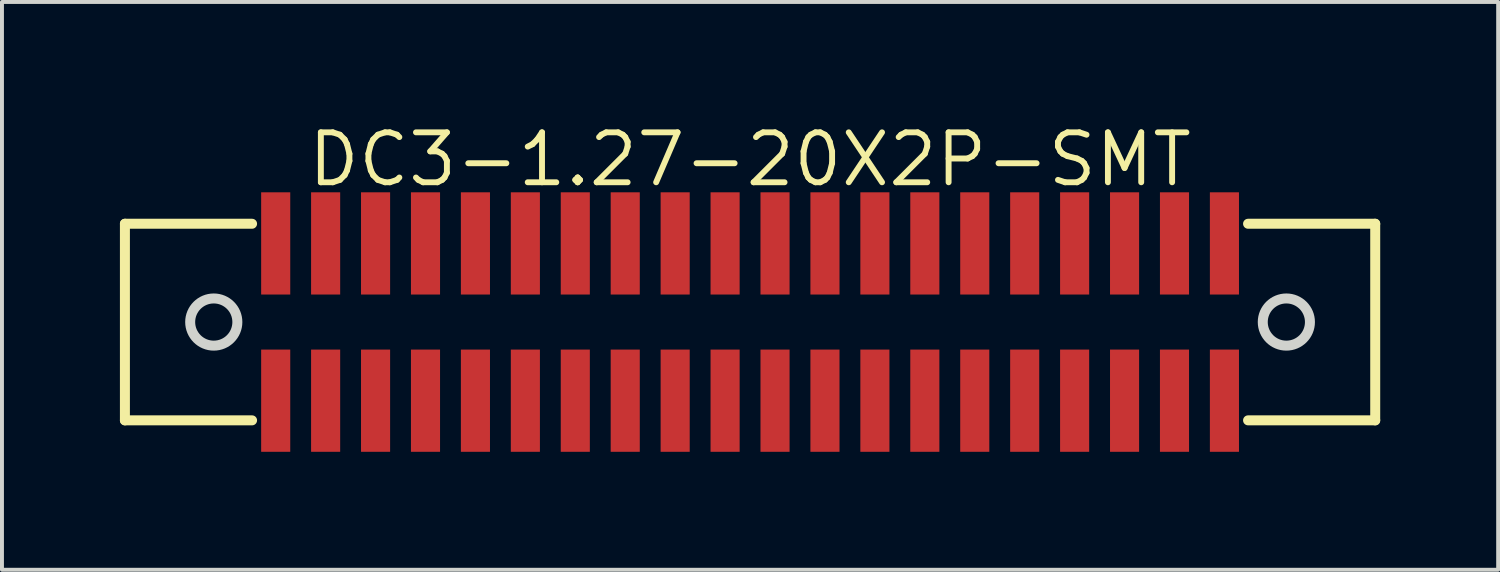
<source format=kicad_pcb>
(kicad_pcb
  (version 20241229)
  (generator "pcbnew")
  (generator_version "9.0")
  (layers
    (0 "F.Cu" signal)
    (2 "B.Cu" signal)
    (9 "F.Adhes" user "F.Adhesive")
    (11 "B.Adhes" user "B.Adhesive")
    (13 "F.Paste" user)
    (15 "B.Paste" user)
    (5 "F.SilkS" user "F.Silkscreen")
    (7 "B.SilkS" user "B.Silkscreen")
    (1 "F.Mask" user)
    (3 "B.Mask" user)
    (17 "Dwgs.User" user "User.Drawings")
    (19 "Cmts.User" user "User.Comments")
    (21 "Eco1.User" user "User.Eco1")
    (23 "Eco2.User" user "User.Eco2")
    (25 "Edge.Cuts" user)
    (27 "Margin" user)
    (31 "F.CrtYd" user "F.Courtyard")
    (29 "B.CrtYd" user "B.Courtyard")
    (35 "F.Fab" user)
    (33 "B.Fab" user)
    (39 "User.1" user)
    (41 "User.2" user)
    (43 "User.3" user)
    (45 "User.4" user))
  (footprint "DC3-1.27-20X2P-SMT"
    (layer "F.Cu")
    (at 16.027 5.141)
    (property "Reference" "DC3-1.27-20X2P-SMT" (at 0 -4.135 0) (layer "F.SilkS") (effects (font (size 1.27 1.27) (thickness 0.15))))
    (fp_line (start -15.9 -2.5) (end -15.9 2.5) (stroke (width 0.254) (type default)) (layer "F.SilkS"))
    (fp_line (start -15.9 -2.5) (end -12.666 -2.5) (stroke (width 0.254) (type default)) (layer "F.SilkS"))
    (fp_line (start -15.9 2.5) (end -12.666 2.5) (stroke (width 0.254) (type default)) (layer "F.SilkS"))
    (fp_line (start 12.666 -2.5) (end 15.9 -2.5) (stroke (width 0.254) (type default)) (layer "F.SilkS"))
    (fp_line (start 12.666 2.5) (end 15.9 2.5) (stroke (width 0.254) (type default)) (layer "F.SilkS"))
    (fp_line (start 15.9 -2.5) (end 15.9 2.5) (stroke (width 0.254) (type default)) (layer "F.SilkS"))
    (fp_circle (center -13.64 0) (end -13.04 0) (stroke (width 0.254) (type default)) (fill no) (layer "Edge.Cuts"))
    (fp_circle (center 13.64 0) (end 14.24 0) (stroke (width 0.254) (type default)) (fill no) (layer "Edge.Cuts"))
    (pad "1" smd rect (at -12.065 2) (size 0.74 2.6) (layers "F.Cu" "F.Mask" "F.Paste"))
    (pad "2" smd rect (at -12.065 -2) (size 0.74 2.6) (layers "F.Cu" "F.Mask" "F.Paste"))
    (pad "3" smd rect (at -10.795 2) (size 0.74 2.6) (layers "F.Cu" "F.Mask" "F.Paste"))
    (pad "4" smd rect (at -10.795 -2) (size 0.74 2.6) (layers "F.Cu" "F.Mask" "F.Paste"))
    (pad "5" smd rect (at -9.525 2) (size 0.74 2.6) (layers "F.Cu" "F.Mask" "F.Paste"))
    (pad "6" smd rect (at -9.525 -2) (size 0.74 2.6) (layers "F.Cu" "F.Mask" "F.Paste"))
    (pad "7" smd rect (at -8.255 2) (size 0.74 2.6) (layers "F.Cu" "F.Mask" "F.Paste"))
    (pad "8" smd rect (at -8.255 -2) (size 0.74 2.6) (layers "F.Cu" "F.Mask" "F.Paste"))
    (pad "9" smd rect (at -6.985 2) (size 0.74 2.6) (layers "F.Cu" "F.Mask" "F.Paste"))
    (pad "10" smd rect (at -6.985 -2) (size 0.74 2.6) (layers "F.Cu" "F.Mask" "F.Paste"))
    (pad "11" smd rect (at -5.715 2) (size 0.74 2.6) (layers "F.Cu" "F.Mask" "F.Paste"))
    (pad "12" smd rect (at -5.715 -2) (size 0.74 2.6) (layers "F.Cu" "F.Mask" "F.Paste"))
    (pad "13" smd rect (at -4.445 2) (size 0.74 2.6) (layers "F.Cu" "F.Mask" "F.Paste"))
    (pad "14" smd rect (at -4.445 -2) (size 0.74 2.6) (layers "F.Cu" "F.Mask" "F.Paste"))
    (pad "15" smd rect (at -3.175 2) (size 0.74 2.6) (layers "F.Cu" "F.Mask" "F.Paste"))
    (pad "16" smd rect (at -3.175 -2) (size 0.74 2.6) (layers "F.Cu" "F.Mask" "F.Paste"))
    (pad "17" smd rect (at -1.905 2) (size 0.74 2.6) (layers "F.Cu" "F.Mask" "F.Paste"))
    (pad "18" smd rect (at -1.905 -2) (size 0.74 2.6) (layers "F.Cu" "F.Mask" "F.Paste"))
    (pad "19" smd rect (at -0.635 2) (size 0.74 2.6) (layers "F.Cu" "F.Mask" "F.Paste"))
    (pad "20" smd rect (at -0.635 -2) (size 0.74 2.6) (layers "F.Cu" "F.Mask" "F.Paste"))
    (pad "21" smd rect (at 0.635 2) (size 0.74 2.6) (layers "F.Cu" "F.Mask" "F.Paste"))
    (pad "22" smd rect (at 0.635 -2) (size 0.74 2.6) (layers "F.Cu" "F.Mask" "F.Paste"))
    (pad "23" smd rect (at 1.905 2) (size 0.74 2.6) (layers "F.Cu" "F.Mask" "F.Paste"))
    (pad "24" smd rect (at 1.905 -2) (size 0.74 2.6) (layers "F.Cu" "F.Mask" "F.Paste"))
    (pad "25" smd rect (at 3.175 2) (size 0.74 2.6) (layers "F.Cu" "F.Mask" "F.Paste"))
    (pad "26" smd rect (at 3.175 -2) (size 0.74 2.6) (layers "F.Cu" "F.Mask" "F.Paste"))
    (pad "27" smd rect (at 4.445 2) (size 0.74 2.6) (layers "F.Cu" "F.Mask" "F.Paste"))
    (pad "28" smd rect (at 4.445 -2) (size 0.74 2.6) (layers "F.Cu" "F.Mask" "F.Paste"))
    (pad "29" smd rect (at 5.715 2) (size 0.74 2.6) (layers "F.Cu" "F.Mask" "F.Paste"))
    (pad "30" smd rect (at 5.715 -2) (size 0.74 2.6) (layers "F.Cu" "F.Mask" "F.Paste"))
    (pad "31" smd rect (at 6.985 2) (size 0.74 2.6) (layers "F.Cu" "F.Mask" "F.Paste"))
    (pad "32" smd rect (at 6.985 -2) (size 0.74 2.6) (layers "F.Cu" "F.Mask" "F.Paste"))
    (pad "33" smd rect (at 8.255 2) (size 0.74 2.6) (layers "F.Cu" "F.Mask" "F.Paste"))
    (pad "34" smd rect (at 8.255 -2) (size 0.74 2.6) (layers "F.Cu" "F.Mask" "F.Paste"))
    (pad "35" smd rect (at 9.525 2) (size 0.74 2.6) (layers "F.Cu" "F.Mask" "F.Paste"))
    (pad "36" smd rect (at 9.525 -2) (size 0.74 2.6) (layers "F.Cu" "F.Mask" "F.Paste"))
    (pad "37" smd rect (at 10.795 2) (size 0.74 2.6) (layers "F.Cu" "F.Mask" "F.Paste"))
    (pad "38" smd rect (at 10.795 -2) (size 0.74 2.6) (layers "F.Cu" "F.Mask" "F.Paste"))
    (pad "39" smd rect (at 12.065 2) (size 0.74 2.6) (layers "F.Cu" "F.Mask" "F.Paste"))
    (pad "40" smd rect (at 12.065 -2) (size 0.74 2.6) (layers "F.Cu" "F.Mask" "F.Paste"))
    (zone (net_name "") (layer "F.SilkS") (hatch edge 0.5) (priority 100) (connect_pads yes) (min_thickness 0) (filled_areas_thickness no) (fill yes) (polygon (pts (xy 0.127 7.641) (xy 1.549 7.641) (xy 1.549 6.411) (xy 0.127 6.411))) (filled_polygon (layer "F.SilkS") (island) (pts (xy 0.127 7.641) (xy 1.549 7.641) (xy 1.549 6.411) (xy 0.127 6.411)))))
  (gr_rect
    (start -3 -3)
    (end 35.054 11.441)
    (stroke (width 0.1) (type default))
    (fill no)
    (layer "Edge.Cuts")))
</source>
